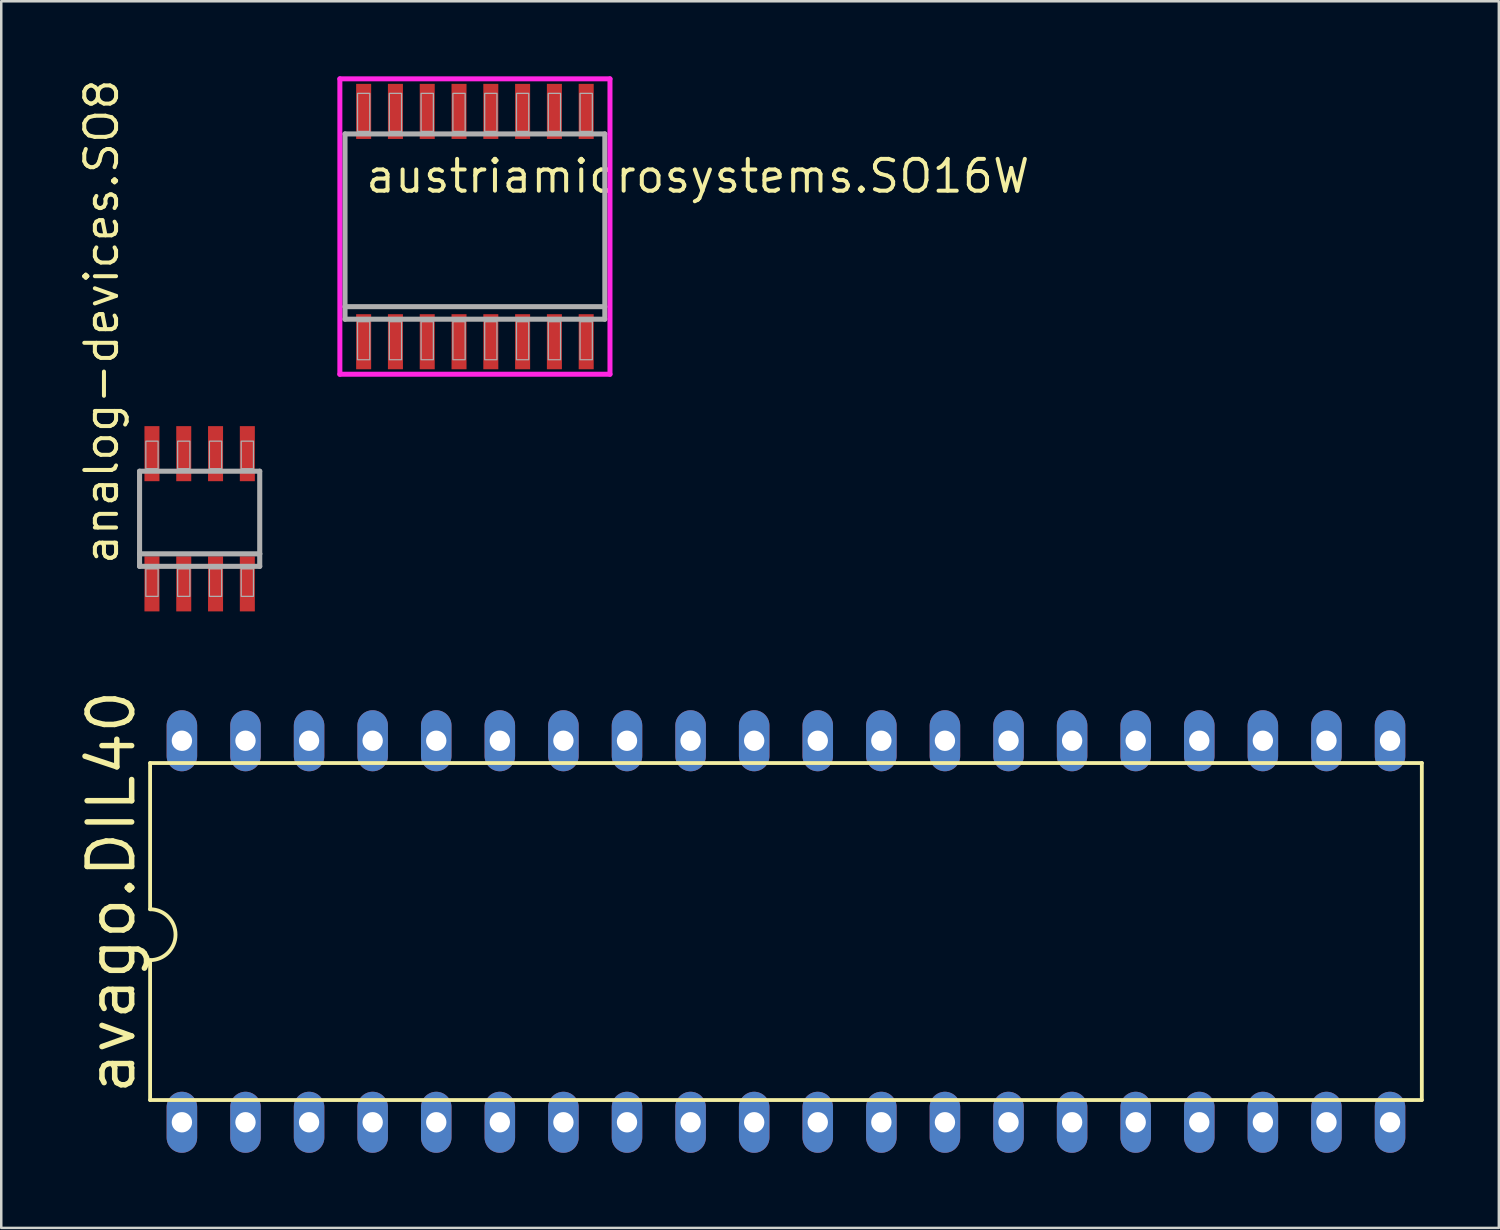
<source format=kicad_pcb>
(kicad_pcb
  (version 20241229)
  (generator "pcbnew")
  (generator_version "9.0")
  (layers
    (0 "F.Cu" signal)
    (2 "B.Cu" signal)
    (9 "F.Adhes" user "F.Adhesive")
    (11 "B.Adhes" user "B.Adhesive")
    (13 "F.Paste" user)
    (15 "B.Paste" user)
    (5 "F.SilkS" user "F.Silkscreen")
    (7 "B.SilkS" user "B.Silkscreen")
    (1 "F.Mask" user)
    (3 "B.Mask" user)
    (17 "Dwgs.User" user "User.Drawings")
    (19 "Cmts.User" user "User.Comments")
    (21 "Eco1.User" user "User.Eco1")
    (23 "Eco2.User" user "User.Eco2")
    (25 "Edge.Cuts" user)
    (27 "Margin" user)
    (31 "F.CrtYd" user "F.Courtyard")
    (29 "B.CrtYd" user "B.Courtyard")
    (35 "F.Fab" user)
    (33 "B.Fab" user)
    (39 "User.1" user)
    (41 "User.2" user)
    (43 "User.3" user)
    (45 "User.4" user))
  (footprint "austriamicrosystems.SO16W"
    (layer "F.Cu")
    (at 15.921 6)
    (property "Reference" "austriamicrosystems.SO16W" (at -4.445 -1.27 0) (layer "F.SilkS") (effects (font (size 1.27 1.27) (thickness 0.16)) (justify left bottom)))
    (attr smd)
    (fp_line (start -5.395 -5.9) (end 5.395 -5.9) (stroke (width 0.2) (type default)) (layer "F.CrtYd"))
    (fp_line (start -5.395 5.9) (end -5.395 -5.9) (stroke (width 0.2) (type default)) (layer "F.CrtYd"))
    (fp_line (start 5.395 -5.9) (end 5.395 5.9) (stroke (width 0.2) (type default)) (layer "F.CrtYd"))
    (fp_line (start 5.395 5.9) (end -5.395 5.9) (stroke (width 0.2) (type default)) (layer "F.CrtYd"))
    (fp_line (start -5.19 -3.7) (end 5.19 -3.7) (stroke (width 0.203) (type default)) (layer "F.Fab"))
    (fp_line (start -5.19 3.2) (end -5.19 -3.7) (stroke (width 0.203) (type default)) (layer "F.Fab"))
    (fp_line (start -5.19 3.7) (end -5.19 3.2) (stroke (width 0.203) (type default)) (layer "F.Fab"))
    (fp_line (start 5.19 -3.7) (end 5.19 3.2) (stroke (width 0.203) (type default)) (layer "F.Fab"))
    (fp_line (start 5.19 3.2) (end -5.19 3.2) (stroke (width 0.203) (type default)) (layer "F.Fab"))
    (fp_line (start 5.19 3.2) (end 5.19 3.7) (stroke (width 0.203) (type default)) (layer "F.Fab"))
    (fp_line (start 5.19 3.7) (end -5.19 3.7) (stroke (width 0.203) (type default)) (layer "F.Fab"))
    (fp_rect (start -4.69 -3.8) (end -4.2 -5.32) (stroke (width 0.05) (type default)) (fill no) (layer "F.Fab"))
    (fp_rect (start -4.69 5.32) (end -4.2 3.8) (stroke (width 0.05) (type default)) (fill no) (layer "F.Fab"))
    (fp_rect (start -3.42 -3.8) (end -2.93 -5.32) (stroke (width 0.05) (type default)) (fill no) (layer "F.Fab"))
    (fp_rect (start -3.42 5.32) (end -2.93 3.8) (stroke (width 0.05) (type default)) (fill no) (layer "F.Fab"))
    (fp_rect (start -2.15 -3.8) (end -1.66 -5.32) (stroke (width 0.05) (type default)) (fill no) (layer "F.Fab"))
    (fp_rect (start -2.15 5.32) (end -1.66 3.8) (stroke (width 0.05) (type default)) (fill no) (layer "F.Fab"))
    (fp_rect (start -0.88 -3.8) (end -0.39 -5.32) (stroke (width 0.05) (type default)) (fill no) (layer "F.Fab"))
    (fp_rect (start -0.88 5.32) (end -0.39 3.8) (stroke (width 0.05) (type default)) (fill no) (layer "F.Fab"))
    (fp_rect (start 0.39 -3.8) (end 0.88 -5.32) (stroke (width 0.05) (type default)) (fill no) (layer "F.Fab"))
    (fp_rect (start 0.39 5.32) (end 0.88 3.8) (stroke (width 0.05) (type default)) (fill no) (layer "F.Fab"))
    (fp_rect (start 1.66 -3.8) (end 2.15 -5.32) (stroke (width 0.05) (type default)) (fill no) (layer "F.Fab"))
    (fp_rect (start 1.66 5.32) (end 2.15 3.8) (stroke (width 0.05) (type default)) (fill no) (layer "F.Fab"))
    (fp_rect (start 2.93 -3.8) (end 3.42 -5.32) (stroke (width 0.05) (type default)) (fill no) (layer "F.Fab"))
    (fp_rect (start 2.93 5.32) (end 3.42 3.8) (stroke (width 0.05) (type default)) (fill no) (layer "F.Fab"))
    (fp_rect (start 4.2 -3.8) (end 4.69 -5.32) (stroke (width 0.05) (type default)) (fill no) (layer "F.Fab"))
    (fp_rect (start 4.2 5.32) (end 4.69 3.8) (stroke (width 0.05) (type default)) (fill no) (layer "F.Fab"))
    (pad "1" smd roundrect (at -4.445 4.6) (size 0.6 2.2) (layers "F.Cu" "F.Mask" "F.Paste") (roundrect_rratio 0.01))
    (pad "2" smd roundrect (at -3.175 4.6) (size 0.6 2.2) (layers "F.Cu" "F.Mask" "F.Paste") (roundrect_rratio 0.01))
    (pad "3" smd roundrect (at -1.905 4.6) (size 0.6 2.2) (layers "F.Cu" "F.Mask" "F.Paste") (roundrect_rratio 0.01))
    (pad "4" smd roundrect (at -0.635 4.6) (size 0.6 2.2) (layers "F.Cu" "F.Mask" "F.Paste") (roundrect_rratio 0.01))
    (pad "5" smd roundrect (at 0.635 4.6) (size 0.6 2.2) (layers "F.Cu" "F.Mask" "F.Paste") (roundrect_rratio 0.01))
    (pad "6" smd roundrect (at 1.905 4.6) (size 0.6 2.2) (layers "F.Cu" "F.Mask" "F.Paste") (roundrect_rratio 0.01))
    (pad "7" smd roundrect (at 3.175 4.6) (size 0.6 2.2) (layers "F.Cu" "F.Mask" "F.Paste") (roundrect_rratio 0.01))
    (pad "8" smd roundrect (at 4.445 4.6) (size 0.6 2.2) (layers "F.Cu" "F.Mask" "F.Paste") (roundrect_rratio 0.01))
    (pad "9" smd roundrect (at 4.445 -4.6) (size 0.6 2.2) (layers "F.Cu" "F.Mask" "F.Paste") (roundrect_rratio 0.01))
    (pad "10" smd roundrect (at 3.175 -4.6) (size 0.6 2.2) (layers "F.Cu" "F.Mask" "F.Paste") (roundrect_rratio 0.01))
    (pad "11" smd roundrect (at 1.905 -4.6) (size 0.6 2.2) (layers "F.Cu" "F.Mask" "F.Paste") (roundrect_rratio 0.01))
    (pad "12" smd roundrect (at 0.635 -4.6) (size 0.6 2.2) (layers "F.Cu" "F.Mask" "F.Paste") (roundrect_rratio 0.01))
    (pad "13" smd roundrect (at -0.635 -4.6) (size 0.6 2.2) (layers "F.Cu" "F.Mask" "F.Paste") (roundrect_rratio 0.01))
    (pad "14" smd roundrect (at -1.905 -4.6) (size 0.6 2.2) (layers "F.Cu" "F.Mask" "F.Paste") (roundrect_rratio 0.01))
    (pad "15" smd roundrect (at -3.175 -4.6) (size 0.6 2.2) (layers "F.Cu" "F.Mask" "F.Paste") (roundrect_rratio 0.01))
    (pad "16" smd roundrect (at -4.445 -4.6) (size 0.6 2.2) (layers "F.Cu" "F.Mask" "F.Paste") (roundrect_rratio 0.01)))
  (footprint "avago.DIL40"
    (layer "F.Cu")
    (at 28.346 34.16)
    (property "Reference" "avago.DIL40" (at -25.908 6.604 90) (layer "F.SilkS") (effects (font (size 1.778 1.778) (thickness 0.22)) (justify left bottom)))
    (attr through_hole)
    (fp_line (start -25.4 -6.731) (end -25.4 -0.889) (stroke (width 0.152) (type default)) (layer "F.SilkS"))
    (fp_line (start -25.4 6.731) (end -25.4 1.143) (stroke (width 0.152) (type default)) (layer "F.SilkS"))
    (fp_line (start -25.4 6.731) (end 25.4 6.731) (stroke (width 0.152) (type default)) (layer "F.SilkS"))
    (fp_line (start 25.4 -6.731) (end -25.4 -6.731) (stroke (width 0.152) (type default)) (layer "F.SilkS"))
    (fp_line (start 25.4 -6.731) (end 25.4 6.731) (stroke (width 0.152) (type default)) (layer "F.SilkS"))
    (fp_arc (start -25.4 -0.889) (mid -24.384 0.127) (end -25.4 1.143) (stroke (width 0.1524) (type default)) (layer "F.SilkS"))
    (pad "1" thru_hole oval (at -24.13 7.62 90) (size 2.438 1.219) (drill 0.813) (layers "*.Cu" "*.Mask"))
    (pad "2" thru_hole oval (at -21.59 7.62 90) (size 2.438 1.219) (drill 0.813) (layers "*.Cu" "*.Mask"))
    (pad "3" thru_hole oval (at -19.05 7.62 90) (size 2.438 1.219) (drill 0.813) (layers "*.Cu" "*.Mask"))
    (pad "4" thru_hole oval (at -16.51 7.62 90) (size 2.438 1.219) (drill 0.813) (layers "*.Cu" "*.Mask"))
    (pad "5" thru_hole oval (at -13.97 7.62 90) (size 2.438 1.219) (drill 0.813) (layers "*.Cu" "*.Mask"))
    (pad "6" thru_hole oval (at -11.43 7.62 90) (size 2.438 1.219) (drill 0.813) (layers "*.Cu" "*.Mask"))
    (pad "7" thru_hole oval (at -8.89 7.62 90) (size 2.438 1.219) (drill 0.813) (layers "*.Cu" "*.Mask"))
    (pad "8" thru_hole oval (at -6.35 7.62 90) (size 2.438 1.219) (drill 0.813) (layers "*.Cu" "*.Mask"))
    (pad "9" thru_hole oval (at -3.81 7.62 90) (size 2.438 1.219) (drill 0.813) (layers "*.Cu" "*.Mask"))
    (pad "10" thru_hole oval (at -1.27 7.62 90) (size 2.438 1.219) (drill 0.813) (layers "*.Cu" "*.Mask"))
    (pad "11" thru_hole oval (at 1.27 7.62 90) (size 2.438 1.219) (drill 0.813) (layers "*.Cu" "*.Mask"))
    (pad "12" thru_hole oval (at 3.81 7.62 90) (size 2.438 1.219) (drill 0.813) (layers "*.Cu" "*.Mask"))
    (pad "13" thru_hole oval (at 6.35 7.62 90) (size 2.438 1.219) (drill 0.813) (layers "*.Cu" "*.Mask"))
    (pad "14" thru_hole oval (at 8.89 7.62 90) (size 2.438 1.219) (drill 0.813) (layers "*.Cu" "*.Mask"))
    (pad "15" thru_hole oval (at 11.43 7.62 90) (size 2.438 1.219) (drill 0.813) (layers "*.Cu" "*.Mask"))
    (pad "16" thru_hole oval (at 13.97 7.62 90) (size 2.438 1.219) (drill 0.813) (layers "*.Cu" "*.Mask"))
    (pad "17" thru_hole oval (at 16.51 7.62 90) (size 2.438 1.219) (drill 0.813) (layers "*.Cu" "*.Mask"))
    (pad "18" thru_hole oval (at 19.05 7.62 90) (size 2.438 1.219) (drill 0.813) (layers "*.Cu" "*.Mask"))
    (pad "19" thru_hole oval (at 21.59 7.62 90) (size 2.438 1.219) (drill 0.813) (layers "*.Cu" "*.Mask"))
    (pad "20" thru_hole oval (at 24.13 7.62 90) (size 2.438 1.219) (drill 0.813) (layers "*.Cu" "*.Mask"))
    (pad "21" thru_hole oval (at 24.13 -7.62 90) (size 2.438 1.219) (drill 0.813) (layers "*.Cu" "*.Mask"))
    (pad "22" thru_hole oval (at 21.59 -7.62 90) (size 2.438 1.219) (drill 0.813) (layers "*.Cu" "*.Mask"))
    (pad "23" thru_hole oval (at 19.05 -7.62 90) (size 2.438 1.219) (drill 0.813) (layers "*.Cu" "*.Mask"))
    (pad "24" thru_hole oval (at 16.51 -7.62 90) (size 2.438 1.219) (drill 0.813) (layers "*.Cu" "*.Mask"))
    (pad "25" thru_hole oval (at 13.97 -7.62 90) (size 2.438 1.219) (drill 0.813) (layers "*.Cu" "*.Mask"))
    (pad "26" thru_hole oval (at 11.43 -7.62 90) (size 2.438 1.219) (drill 0.813) (layers "*.Cu" "*.Mask"))
    (pad "27" thru_hole oval (at 8.89 -7.62 90) (size 2.438 1.219) (drill 0.813) (layers "*.Cu" "*.Mask"))
    (pad "28" thru_hole oval (at 6.35 -7.62 90) (size 2.438 1.219) (drill 0.813) (layers "*.Cu" "*.Mask"))
    (pad "29" thru_hole oval (at 3.81 -7.62 90) (size 2.438 1.219) (drill 0.813) (layers "*.Cu" "*.Mask"))
    (pad "30" thru_hole oval (at 1.27 -7.62 90) (size 2.438 1.219) (drill 0.813) (layers "*.Cu" "*.Mask"))
    (pad "31" thru_hole oval (at -1.27 -7.62 90) (size 2.438 1.219) (drill 0.813) (layers "*.Cu" "*.Mask"))
    (pad "32" thru_hole oval (at -3.81 -7.62 90) (size 2.438 1.219) (drill 0.813) (layers "*.Cu" "*.Mask"))
    (pad "33" thru_hole oval (at -6.35 -7.62 90) (size 2.438 1.219) (drill 0.813) (layers "*.Cu" "*.Mask"))
    (pad "34" thru_hole oval (at -8.89 -7.62 90) (size 2.438 1.219) (drill 0.813) (layers "*.Cu" "*.Mask"))
    (pad "35" thru_hole oval (at -11.43 -7.62 90) (size 2.438 1.219) (drill 0.813) (layers "*.Cu" "*.Mask"))
    (pad "36" thru_hole oval (at -13.97 -7.62 90) (size 2.438 1.219) (drill 0.813) (layers "*.Cu" "*.Mask"))
    (pad "37" thru_hole oval (at -16.51 -7.62 90) (size 2.438 1.219) (drill 0.813) (layers "*.Cu" "*.Mask"))
    (pad "38" thru_hole oval (at -19.05 -7.62 90) (size 2.438 1.219) (drill 0.813) (layers "*.Cu" "*.Mask"))
    (pad "39" thru_hole oval (at -21.59 -7.62 90) (size 2.438 1.219) (drill 0.813) (layers "*.Cu" "*.Mask"))
    (pad "40" thru_hole oval (at -24.13 -7.62 90) (size 2.438 1.219) (drill 0.813) (layers "*.Cu" "*.Mask")))
  (footprint "analog-devices.SO8"
    (layer "F.Cu")
    (at 4.925 17.673)
    (property "Reference" "analog-devices.SO8" (at -3.175 1.905 90) (layer "F.SilkS") (effects (font (size 1.27 1.27) (thickness 0.16)) (justify left bottom)))
    (attr smd)
    (fp_line (start -2.4 -1.9) (end 2.4 -1.9) (stroke (width 0.203) (type default)) (layer "F.Fab"))
    (fp_line (start -2.4 1.4) (end -2.4 -1.9) (stroke (width 0.203) (type default)) (layer "F.Fab"))
    (fp_line (start -2.4 1.9) (end -2.4 1.4) (stroke (width 0.203) (type default)) (layer "F.Fab"))
    (fp_line (start 2.4 -1.9) (end 2.4 1.4) (stroke (width 0.203) (type default)) (layer "F.Fab"))
    (fp_line (start 2.4 1.4) (end -2.4 1.4) (stroke (width 0.203) (type default)) (layer "F.Fab"))
    (fp_line (start 2.4 1.4) (end 2.4 1.9) (stroke (width 0.203) (type default)) (layer "F.Fab"))
    (fp_line (start 2.4 1.9) (end -2.4 1.9) (stroke (width 0.203) (type default)) (layer "F.Fab"))
    (fp_rect (start -2.15 -2) (end -1.66 -3.1) (stroke (width 0.05) (type default)) (fill no) (layer "F.Fab"))
    (fp_rect (start -2.15 3.1) (end -1.66 2) (stroke (width 0.05) (type default)) (fill no) (layer "F.Fab"))
    (fp_rect (start -0.88 -2) (end -0.39 -3.1) (stroke (width 0.05) (type default)) (fill no) (layer "F.Fab"))
    (fp_rect (start -0.88 3.1) (end -0.39 2) (stroke (width 0.05) (type default)) (fill no) (layer "F.Fab"))
    (fp_rect (start 0.39 -2) (end 0.88 -3.1) (stroke (width 0.05) (type default)) (fill no) (layer "F.Fab"))
    (fp_rect (start 0.39 3.1) (end 0.88 2) (stroke (width 0.05) (type default)) (fill no) (layer "F.Fab"))
    (fp_rect (start 1.66 -2) (end 2.15 -3.1) (stroke (width 0.05) (type default)) (fill no) (layer "F.Fab"))
    (fp_rect (start 1.66 3.1) (end 2.15 2) (stroke (width 0.05) (type default)) (fill no) (layer "F.Fab"))
    (pad "1" smd roundrect (at -1.905 2.6) (size 0.6 2.2) (layers "F.Cu" "F.Mask" "F.Paste") (roundrect_rratio 0.01))
    (pad "2" smd roundrect (at -0.635 2.6) (size 0.6 2.2) (layers "F.Cu" "F.Mask" "F.Paste") (roundrect_rratio 0.01))
    (pad "3" smd roundrect (at 0.635 2.6) (size 0.6 2.2) (layers "F.Cu" "F.Mask" "F.Paste") (roundrect_rratio 0.01))
    (pad "4" smd roundrect (at 1.905 2.6) (size 0.6 2.2) (layers "F.Cu" "F.Mask" "F.Paste") (roundrect_rratio 0.01))
    (pad "5" smd roundrect (at 1.905 -2.6) (size 0.6 2.2) (layers "F.Cu" "F.Mask" "F.Paste") (roundrect_rratio 0.01))
    (pad "6" smd roundrect (at 0.635 -2.6) (size 0.6 2.2) (layers "F.Cu" "F.Mask" "F.Paste") (roundrect_rratio 0.01))
    (pad "7" smd roundrect (at -0.635 -2.6) (size 0.6 2.2) (layers "F.Cu" "F.Mask" "F.Paste") (roundrect_rratio 0.01))
    (pad "8" smd roundrect (at -1.905 -2.6) (size 0.6 2.2) (layers "F.Cu" "F.Mask" "F.Paste") (roundrect_rratio 0.01)))
  (gr_rect
    (start -3 -3)
    (end 56.822 46)
    (stroke (width 0.1) (type default))
    (fill no)
    (layer "Edge.Cuts")))
</source>
